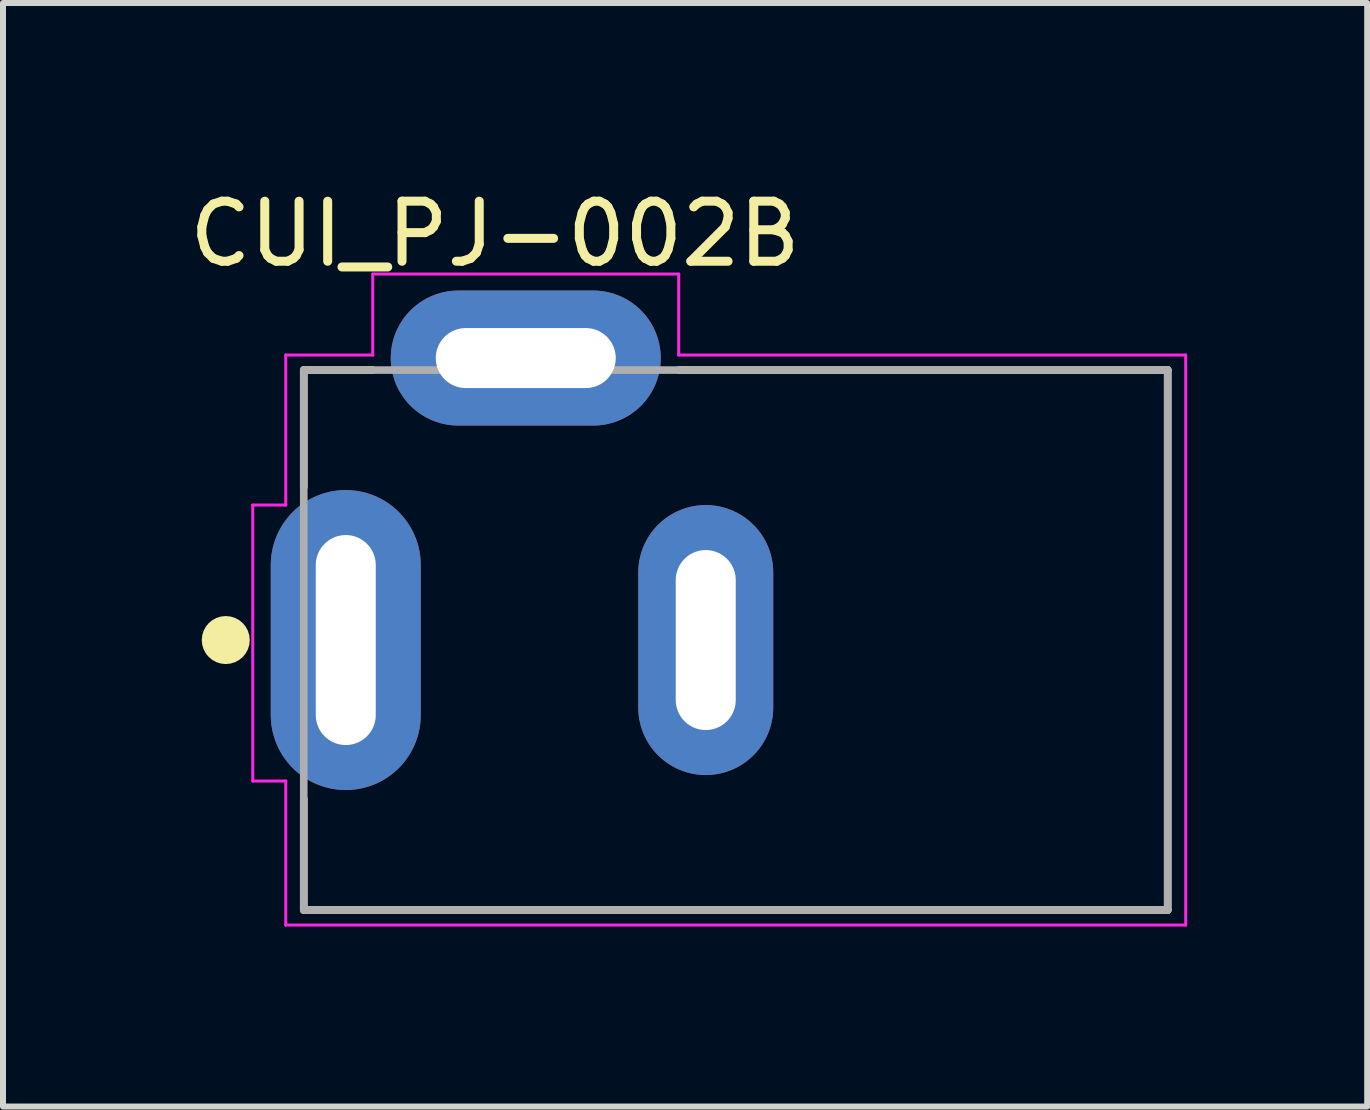
<source format=kicad_pcb>
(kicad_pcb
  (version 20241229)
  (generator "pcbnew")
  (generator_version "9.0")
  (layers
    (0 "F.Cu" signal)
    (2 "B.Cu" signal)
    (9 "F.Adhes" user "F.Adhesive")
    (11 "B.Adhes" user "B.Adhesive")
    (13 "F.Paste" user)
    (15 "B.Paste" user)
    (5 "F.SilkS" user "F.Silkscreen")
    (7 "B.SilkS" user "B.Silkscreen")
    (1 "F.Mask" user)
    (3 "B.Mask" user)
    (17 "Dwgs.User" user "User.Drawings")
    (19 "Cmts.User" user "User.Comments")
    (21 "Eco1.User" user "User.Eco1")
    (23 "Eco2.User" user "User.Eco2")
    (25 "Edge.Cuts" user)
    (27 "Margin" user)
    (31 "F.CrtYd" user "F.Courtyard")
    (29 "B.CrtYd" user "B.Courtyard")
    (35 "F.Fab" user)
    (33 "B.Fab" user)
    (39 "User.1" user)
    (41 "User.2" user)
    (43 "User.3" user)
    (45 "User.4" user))
  (footprint "CUI_PJ-002B"
    (layer "F.Cu")
    (at 2.713 7.618)
    (property "Reference" "CUI_PJ-002B" (at 2.487 -6.769 0) (layer "F.SilkS") (effects (font (size 1.001 1.001) (thickness 0.15))))
    (attr through_hole)
    (fp_line (start -0.7 -4.5) (end 0.45 -4.5) (stroke (width 0.127) (type solid)) (layer "F.SilkS"))
    (fp_line (start -0.7 -2.55) (end -0.7 -4.5) (stroke (width 0.127) (type solid)) (layer "F.SilkS"))
    (fp_line (start -0.7 4.5) (end -0.7 2.65) (stroke (width 0.127) (type solid)) (layer "F.SilkS"))
    (fp_line (start 5.55 -4.5) (end 13.7 -4.5) (stroke (width 0.127) (type solid)) (layer "F.SilkS"))
    (fp_line (start 13.7 -4.5) (end 13.7 4.5) (stroke (width 0.127) (type solid)) (layer "F.SilkS"))
    (fp_line (start 13.7 4.5) (end -0.7 4.5) (stroke (width 0.127) (type solid)) (layer "F.SilkS"))
    (fp_circle (center -2 0) (end -1.8 0) (stroke (width 0.4) (type solid)) (fill no) (layer "F.SilkS"))
    (fp_line (start -1.55 -2.25) (end -1.55 2.35) (stroke (width 0.05) (type solid)) (layer "F.CrtYd"))
    (fp_line (start -1.55 2.35) (end -1 2.35) (stroke (width 0.05) (type solid)) (layer "F.CrtYd"))
    (fp_line (start -1 -4.75) (end 0.45 -4.75) (stroke (width 0.05) (type solid)) (layer "F.CrtYd"))
    (fp_line (start -1 -2.25) (end -1.55 -2.25) (stroke (width 0.05) (type solid)) (layer "F.CrtYd"))
    (fp_line (start -1 -2.25) (end -1 -4.75) (stroke (width 0.05) (type solid)) (layer "F.CrtYd"))
    (fp_line (start -1 4.75) (end -1 2.35) (stroke (width 0.05) (type solid)) (layer "F.CrtYd"))
    (fp_line (start 0.45 -6.1) (end 5.55 -6.1) (stroke (width 0.05) (type solid)) (layer "F.CrtYd"))
    (fp_line (start 0.45 -4.75) (end 0.45 -6.1) (stroke (width 0.05) (type solid)) (layer "F.CrtYd"))
    (fp_line (start 5.55 -6.1) (end 5.55 -4.75) (stroke (width 0.05) (type solid)) (layer "F.CrtYd"))
    (fp_line (start 5.55 -4.75) (end 14 -4.75) (stroke (width 0.05) (type solid)) (layer "F.CrtYd"))
    (fp_line (start 14 -4.75) (end 14 4.75) (stroke (width 0.05) (type solid)) (layer "F.CrtYd"))
    (fp_line (start 14 4.75) (end -1 4.75) (stroke (width 0.05) (type solid)) (layer "F.CrtYd"))
    (fp_line (start -0.7 -4.5) (end 13.7 -4.5) (stroke (width 0.127) (type solid)) (layer "F.Fab"))
    (fp_line (start -0.7 4.5) (end -0.7 -4.5) (stroke (width 0.127) (type solid)) (layer "F.Fab"))
    (fp_line (start 13.7 -4.5) (end 13.7 4.5) (stroke (width 0.127) (type solid)) (layer "F.Fab"))
    (fp_line (start 13.7 4.5) (end -0.7 4.5) (stroke (width 0.127) (type solid)) (layer "F.Fab"))
    (pad "1" thru_hole oval (at 0 0) (size 2.5 5) (drill oval 1 3.5) (layers "*.Cu" "*.Mask"))
    (pad "2" thru_hole oval (at 6 0) (size 2.25 4.5) (drill oval 1 3) (layers "*.Cu" "*.Mask"))
    (pad "3" thru_hole oval (at 3 -4.7) (size 4.5 2.25) (drill oval 3 1) (layers "*.Cu" "*.Mask")))
  (gr_rect
    (start -3 -3)
    (end 19.738 15.393)
    (stroke (width 0.1) (type default))
    (fill no)
    (layer "Edge.Cuts")))
</source>
